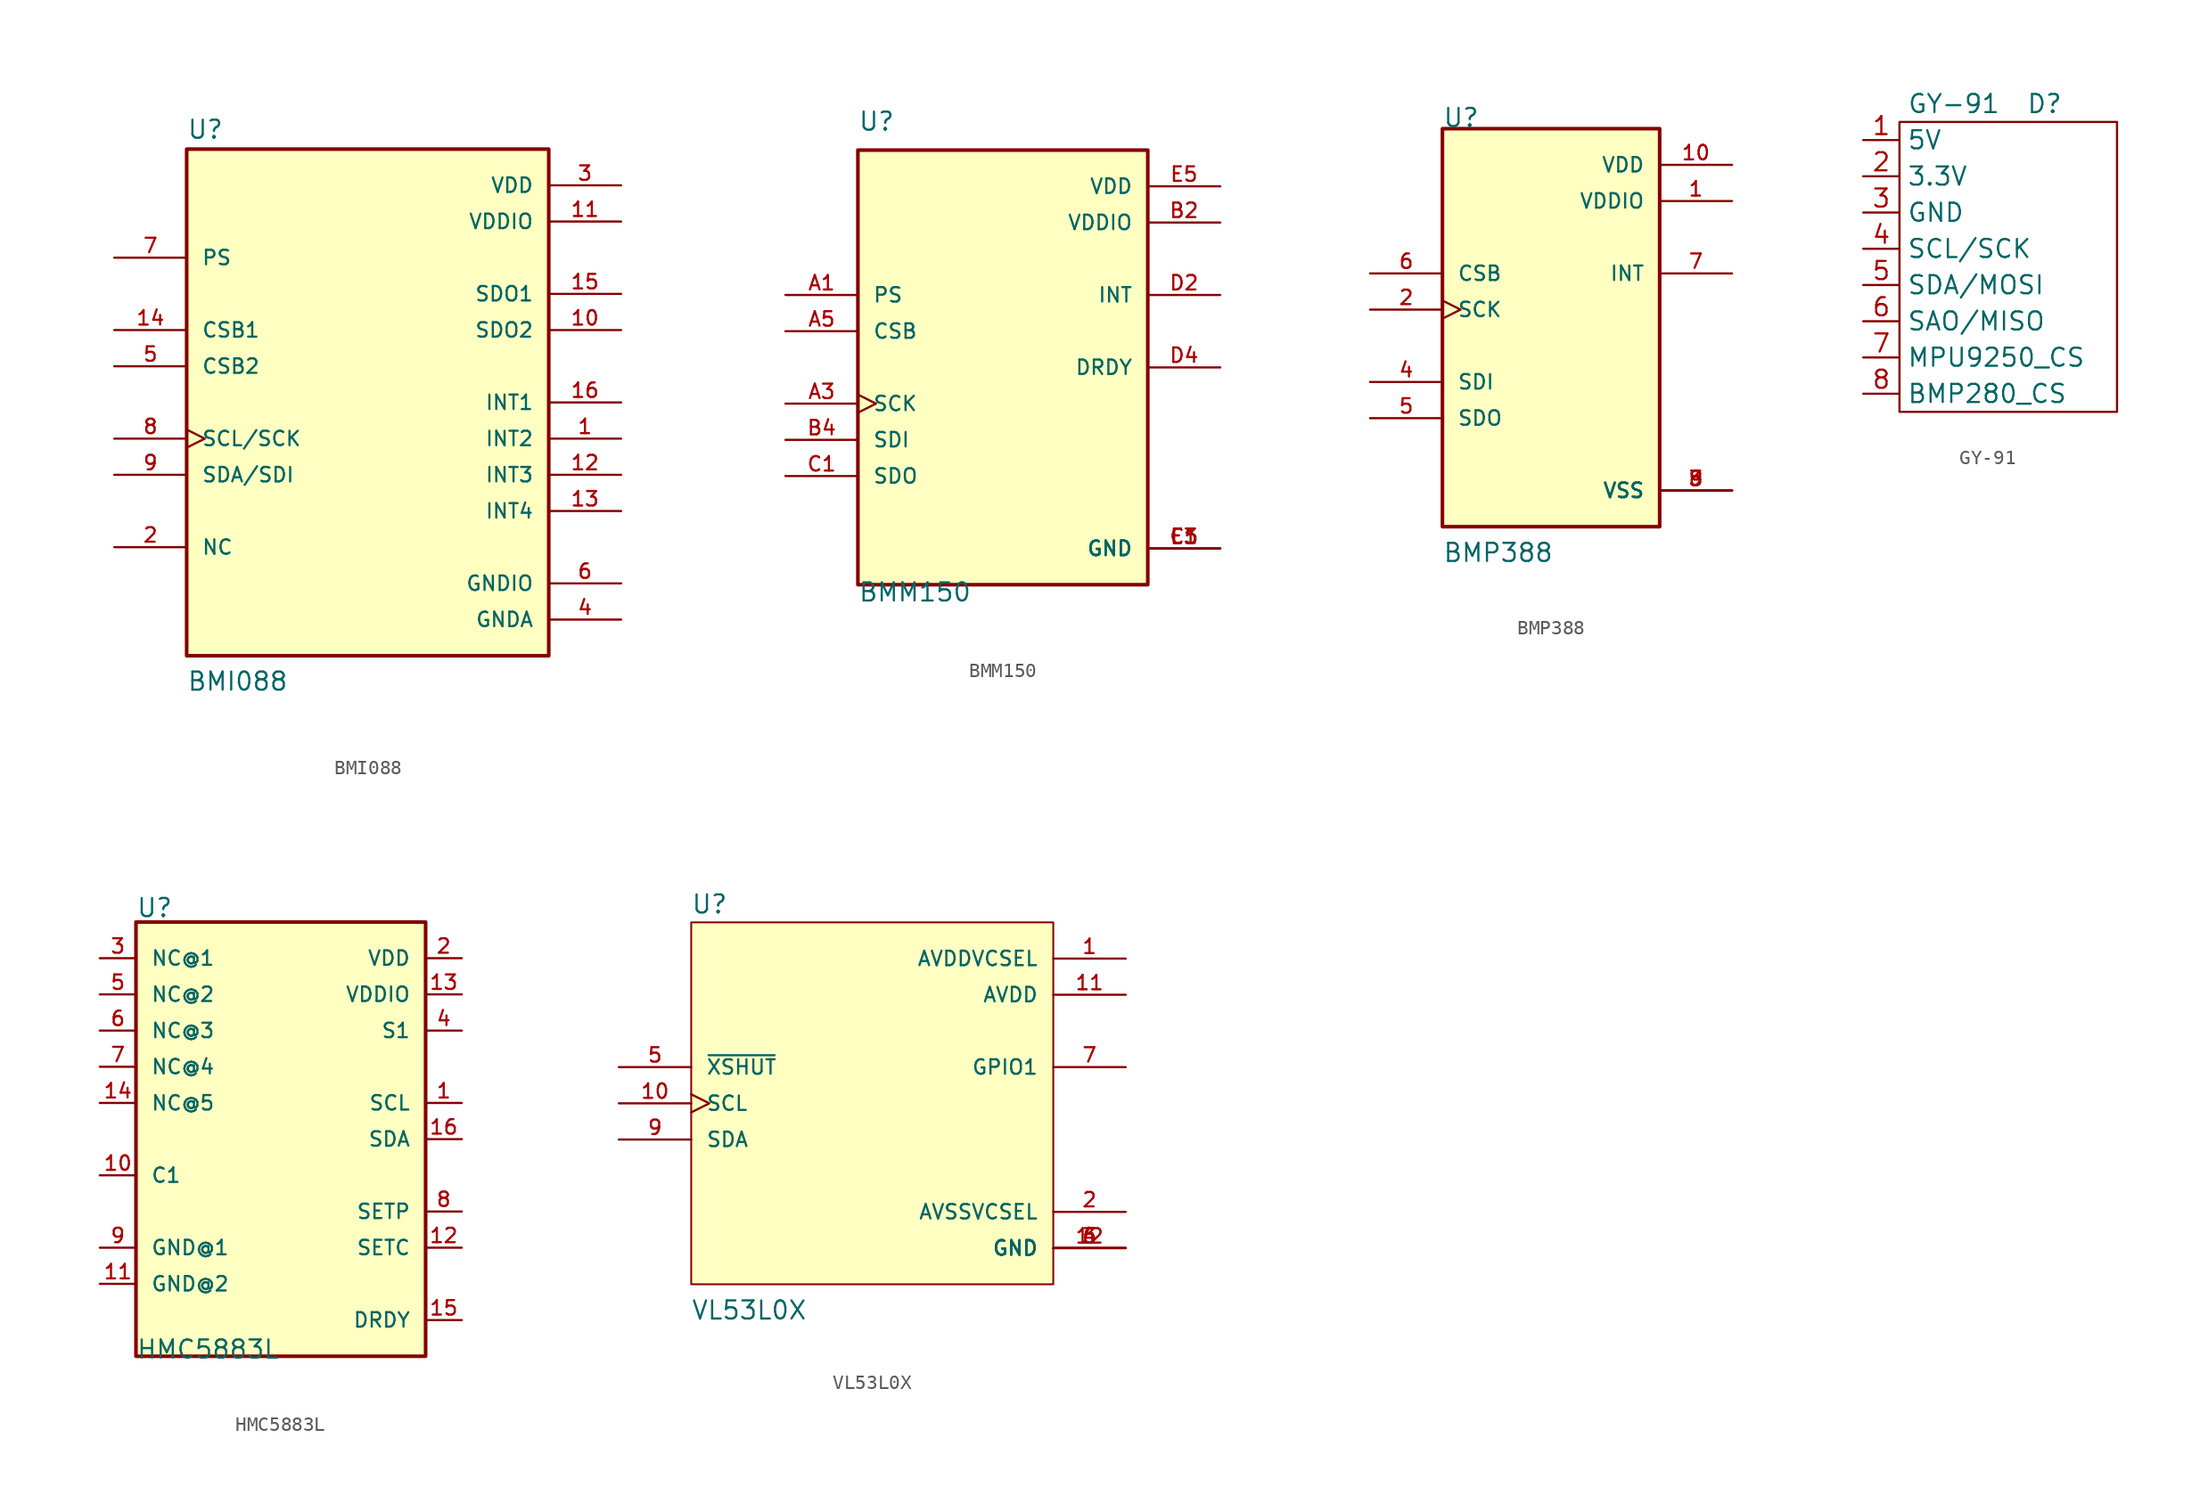
<source format=kicad_sym>
(kicad_symbol_lib
  (version 20211014)
  (generator kicad_symbol_editor)
  (symbol "BMI088"
    (pin_names
      (offset 1.016))
    (property "Reference" "U"
      (at -12.7 18.415 0)
      (effects (font (size 1.27 1.27)) (justify left bottom)))
    (property "Value" "BMI088"
      (at -12.7 -20.32 0)
      (effects (font (size 1.27 1.27)) (justify left bottom)))
    (property "ki_locked" ""
      (at 0 0 0)
      (effects (font (size 1.27 1.27))))
    (symbol "BMI088_0_0"
      (rectangle (start -12.7 -17.78) (end 12.7 17.78) (stroke (width 0.254) (type default) (color 0 0 0 0)) (fill (type background)))
      (pin bidirectional line (at 17.78 -2.54 180) (length 5.08) (name "INT2" (effects (font (size 1.016 1.016)))) (number "1" (effects (font (size 1.016 1.016)))))
      (pin output line (at 17.78 5.08 180) (length 5.08) (name "SDO2" (effects (font (size 1.016 1.016)))) (number "10" (effects (font (size 1.016 1.016)))))
      (pin power_in line (at 17.78 12.7 180) (length 5.08) (name "VDDIO" (effects (font (size 1.016 1.016)))) (number "11" (effects (font (size 1.016 1.016)))))
      (pin bidirectional line (at 17.78 -5.08 180) (length 5.08) (name "INT3" (effects (font (size 1.016 1.016)))) (number "12" (effects (font (size 1.016 1.016)))))
      (pin bidirectional line (at 17.78 -7.62 180) (length 5.08) (name "INT4" (effects (font (size 1.016 1.016)))) (number "13" (effects (font (size 1.016 1.016)))))
      (pin input line (at -17.78 5.08 0) (length 5.08) (name "CSB1" (effects (font (size 1.016 1.016)))) (number "14" (effects (font (size 1.016 1.016)))))
      (pin output line (at 17.78 7.62 180) (length 5.08) (name "SDO1" (effects (font (size 1.016 1.016)))) (number "15" (effects (font (size 1.016 1.016)))))
      (pin bidirectional line (at 17.78 0 180) (length 5.08) (name "INT1" (effects (font (size 1.016 1.016)))) (number "16" (effects (font (size 1.016 1.016)))))
      (pin passive line (at -17.78 -10.16 0) (length 5.08) (name "NC" (effects (font (size 1.016 1.016)))) (number "2" (effects (font (size 1.016 1.016)))))
      (pin power_in line (at 17.78 15.24 180) (length 5.08) (name "VDD" (effects (font (size 1.016 1.016)))) (number "3" (effects (font (size 1.016 1.016)))))
      (pin power_in line (at 17.78 -15.24 180) (length 5.08) (name "GNDA" (effects (font (size 1.016 1.016)))) (number "4" (effects (font (size 1.016 1.016)))))
      (pin input line (at -17.78 2.54 0) (length 5.08) (name "CSB2" (effects (font (size 1.016 1.016)))) (number "5" (effects (font (size 1.016 1.016)))))
      (pin power_in line (at 17.78 -12.7 180) (length 5.08) (name "GNDIO" (effects (font (size 1.016 1.016)))) (number "6" (effects (font (size 1.016 1.016)))))
      (pin input line (at -17.78 10.16 0) (length 5.08) (name "PS" (effects (font (size 1.016 1.016)))) (number "7" (effects (font (size 1.016 1.016)))))
      (pin input clock (at -17.78 -2.54 0) (length 5.08) (name "SCL/SCK" (effects (font (size 1.016 1.016)))) (number "8" (effects (font (size 1.016 1.016)))))
      (pin bidirectional line (at -17.78 -5.08 0) (length 5.08) (name "SDA/SDI" (effects (font (size 1.016 1.016)))) (number "9" (effects (font (size 1.016 1.016)))))))
  (symbol "BMM150"
    (pin_names
      (offset 1.016))
    (property "Reference" "U"
      (at -10.16 16.51 0)
      (effects (font (size 1.27 1.27)) (justify left bottom)))
    (property "Value" "BMM150"
      (at -10.16 -16.51 0)
      (effects (font (size 1.27 1.27)) (justify left bottom)))
    (property "ki_locked" ""
      (at 0 0 0)
      (effects (font (size 1.27 1.27))))
    (symbol "BMM150_0_0"
      (rectangle (start -10.16 -15.24) (end 10.16 15.24) (stroke (width 0.254) (type default) (color 0 0 0 0)) (fill (type background)))
      (pin input line (at -15.24 5.08 0) (length 5.08) (name "PS" (effects (font (size 1.016 1.016)))) (number "A1" (effects (font (size 1.016 1.016)))))
      (pin input clock (at -15.24 -2.54 0) (length 5.08) (name "SCK" (effects (font (size 1.016 1.016)))) (number "A3" (effects (font (size 1.016 1.016)))))
      (pin input line (at -15.24 2.54 0) (length 5.08) (name "CSB" (effects (font (size 1.016 1.016)))) (number "A5" (effects (font (size 1.016 1.016)))))
      (pin power_in line (at 15.24 10.16 180) (length 5.08) (name "VDDIO" (effects (font (size 1.016 1.016)))) (number "B2" (effects (font (size 1.016 1.016)))))
      (pin bidirectional line (at -15.24 -5.08 0) (length 5.08) (name "SDI" (effects (font (size 1.016 1.016)))) (number "B4" (effects (font (size 1.016 1.016)))))
      (pin output line (at -15.24 -7.62 0) (length 5.08) (name "SDO" (effects (font (size 1.016 1.016)))) (number "C1" (effects (font (size 1.016 1.016)))))
      (pin power_in line (at 15.24 -12.7 180) (length 5.08) (name "GND" (effects (font (size 1.016 1.016)))) (number "C5" (effects (font (size 1.016 1.016)))))
      (pin output line (at 15.24 5.08 180) (length 5.08) (name "INT" (effects (font (size 1.016 1.016)))) (number "D2" (effects (font (size 1.016 1.016)))))
      (pin output line (at 15.24 0 180) (length 5.08) (name "DRDY" (effects (font (size 1.016 1.016)))) (number "D4" (effects (font (size 1.016 1.016)))))
      (pin power_in line (at 15.24 -12.7 180) (length 5.08) (name "GND" (effects (font (size 1.016 1.016)))) (number "E1" (effects (font (size 1.016 1.016)))))
      (pin power_in line (at 15.24 -12.7 180) (length 5.08) (name "GND" (effects (font (size 1.016 1.016)))) (number "E3" (effects (font (size 1.016 1.016)))))
      (pin power_in line (at 15.24 12.7 180) (length 5.08) (name "VDD" (effects (font (size 1.016 1.016)))) (number "E5" (effects (font (size 1.016 1.016)))))))
  (symbol "BMP388"
    (pin_names
      (offset 1.016))
    (property "Reference" "U"
      (at -7.62 15.265 0)
      (effects (font (size 1.27 1.27)) (justify left bottom)))
    (property "Value" "BMP388"
      (at -7.62 -15.265 0)
      (effects (font (size 1.27 1.27)) (justify left bottom)))
    (property "ki_locked" ""
      (at 0 0 0)
      (effects (font (size 1.27 1.27))))
    (symbol "BMP388_0_0"
      (rectangle (start -7.62 -12.7) (end 7.62 15.24) (stroke (width 0.254) (type default) (color 0 0 0 0)) (fill (type background)))
      (pin power_in line (at 12.7 10.16 180) (length 5.08) (name "VDDIO" (effects (font (size 1.016 1.016)))) (number "1" (effects (font (size 1.016 1.016)))))
      (pin power_in line (at 12.7 12.7 180) (length 5.08) (name "VDD" (effects (font (size 1.016 1.016)))) (number "10" (effects (font (size 1.016 1.016)))))
      (pin input clock (at -12.7 2.54 0) (length 5.08) (name "SCK" (effects (font (size 1.016 1.016)))) (number "2" (effects (font (size 1.016 1.016)))))
      (pin power_in line (at 12.7 -10.16 180) (length 5.08) (name "VSS" (effects (font (size 1.016 1.016)))) (number "3" (effects (font (size 1.016 1.016)))))
      (pin bidirectional line (at -12.7 -2.54 0) (length 5.08) (name "SDI" (effects (font (size 1.016 1.016)))) (number "4" (effects (font (size 1.016 1.016)))))
      (pin bidirectional line (at -12.7 -5.08 0) (length 5.08) (name "SDO" (effects (font (size 1.016 1.016)))) (number "5" (effects (font (size 1.016 1.016)))))
      (pin input line (at -12.7 5.08 0) (length 5.08) (name "CSB" (effects (font (size 1.016 1.016)))) (number "6" (effects (font (size 1.016 1.016)))))
      (pin output line (at 12.7 5.08 180) (length 5.08) (name "INT" (effects (font (size 1.016 1.016)))) (number "7" (effects (font (size 1.016 1.016)))))
      (pin power_in line (at 12.7 -10.16 180) (length 5.08) (name "VSS" (effects (font (size 1.016 1.016)))) (number "8" (effects (font (size 1.016 1.016)))))
      (pin power_in line (at 12.7 -10.16 180) (length 5.08) (name "VSS" (effects (font (size 1.016 1.016)))) (number "9" (effects (font (size 1.016 1.016)))))))
  (symbol "GY-91"
    (property "Reference" "D"
      (at 10.16 1.27 0)
      (effects (font (size 1.27 1.27))))
    (property "Value" "GY-91"
      (at 3.81 1.27 0)
      (effects (font (size 1.27 1.27))))
    (symbol "GY-91_0_1"
      (rectangle (start 0 0) (end 15.24 -20.32) (stroke (width 0) (type default) (color 0 0 0 0)) (fill (type none))))
    (symbol "GY-91_1_1"
      (pin power_in line (at -2.54 -1.27 0) (length 2.54) (name "5V" (effects (font (size 1.27 1.27)))) (number "1" (effects (font (size 1.27 1.27)))))
      (pin power_in line (at -2.54 -3.81 0) (length 2.54) (name "3.3V" (effects (font (size 1.27 1.27)))) (number "2" (effects (font (size 1.27 1.27)))))
      (pin power_in line (at -2.54 -6.35 0) (length 2.54) (name "GND" (effects (font (size 1.27 1.27)))) (number "3" (effects (font (size 1.27 1.27)))))
      (pin bidirectional line (at -2.54 -8.89 0) (length 2.54) (name "SCL/SCK" (effects (font (size 1.27 1.27)))) (number "4" (effects (font (size 1.27 1.27)))))
      (pin bidirectional line (at -2.54 -11.43 0) (length 2.54) (name "SDA/MOSI" (effects (font (size 1.27 1.27)))) (number "5" (effects (font (size 1.27 1.27)))))
      (pin bidirectional line (at -2.54 -13.97 0) (length 2.54) (name "SAO/MISO" (effects (font (size 1.27 1.27)))) (number "6" (effects (font (size 1.27 1.27)))))
      (pin input line (at -2.54 -16.51 0) (length 2.54) (name "MPU9250_CS" (effects (font (size 1.27 1.27)))) (number "7" (effects (font (size 1.27 1.27)))))
      (pin input line (at -2.54 -19.05 0) (length 2.54) (name "BMP280_CS" (effects (font (size 1.27 1.27)))) (number "8" (effects (font (size 1.27 1.27)))))))
  (symbol "HMC5883L"
    (pin_names
      (offset 1.016))
    (property "Reference" "U"
      (at -10.16 15.494 0)
      (effects (font (size 1.27 1.27)) (justify left bottom)))
    (property "Value" "HMC5883L"
      (at -10.16 -15.494 0)
      (effects (font (size 1.27 1.27)) (justify left bottom)))
    (property "ki_locked" ""
      (at 0 0 0)
      (effects (font (size 1.27 1.27))))
    (symbol "HMC5883L_0_0"
      (rectangle (start -10.16 -15.24) (end 10.16 15.24) (stroke (width 0.254) (type default) (color 0 0 0 0)) (fill (type background)))
      (pin bidirectional line (at 12.7 2.54 180) (length 2.54) (name "SCL" (effects (font (size 1.016 1.016)))) (number "1" (effects (font (size 1.016 1.016)))))
      (pin bidirectional line (at -12.7 -2.54 0) (length 2.54) (name "C1" (effects (font (size 1.016 1.016)))) (number "10" (effects (font (size 1.016 1.016)))))
      (pin bidirectional line (at -12.7 -10.16 0) (length 2.54) (name "GND@2" (effects (font (size 1.016 1.016)))) (number "11" (effects (font (size 1.016 1.016)))))
      (pin bidirectional line (at 12.7 -7.62 180) (length 2.54) (name "SETC" (effects (font (size 1.016 1.016)))) (number "12" (effects (font (size 1.016 1.016)))))
      (pin bidirectional line (at 12.7 10.16 180) (length 2.54) (name "VDDIO" (effects (font (size 1.016 1.016)))) (number "13" (effects (font (size 1.016 1.016)))))
      (pin bidirectional line (at -12.7 2.54 0) (length 2.54) (name "NC@5" (effects (font (size 1.016 1.016)))) (number "14" (effects (font (size 1.016 1.016)))))
      (pin bidirectional line (at 12.7 -12.7 180) (length 2.54) (name "DRDY" (effects (font (size 1.016 1.016)))) (number "15" (effects (font (size 1.016 1.016)))))
      (pin bidirectional line (at 12.7 0 180) (length 2.54) (name "SDA" (effects (font (size 1.016 1.016)))) (number "16" (effects (font (size 1.016 1.016)))))
      (pin bidirectional line (at 12.7 12.7 180) (length 2.54) (name "VDD" (effects (font (size 1.016 1.016)))) (number "2" (effects (font (size 1.016 1.016)))))
      (pin bidirectional line (at -12.7 12.7 0) (length 2.54) (name "NC@1" (effects (font (size 1.016 1.016)))) (number "3" (effects (font (size 1.016 1.016)))))
      (pin bidirectional line (at 12.7 7.62 180) (length 2.54) (name "S1" (effects (font (size 1.016 1.016)))) (number "4" (effects (font (size 1.016 1.016)))))
      (pin bidirectional line (at -12.7 10.16 0) (length 2.54) (name "NC@2" (effects (font (size 1.016 1.016)))) (number "5" (effects (font (size 1.016 1.016)))))
      (pin bidirectional line (at -12.7 7.62 0) (length 2.54) (name "NC@3" (effects (font (size 1.016 1.016)))) (number "6" (effects (font (size 1.016 1.016)))))
      (pin bidirectional line (at -12.7 5.08 0) (length 2.54) (name "NC@4" (effects (font (size 1.016 1.016)))) (number "7" (effects (font (size 1.016 1.016)))))
      (pin bidirectional line (at 12.7 -5.08 180) (length 2.54) (name "SETP" (effects (font (size 1.016 1.016)))) (number "8" (effects (font (size 1.016 1.016)))))
      (pin bidirectional line (at -12.7 -7.62 0) (length 2.54) (name "GND@1" (effects (font (size 1.016 1.016)))) (number "9" (effects (font (size 1.016 1.016)))))))
  (symbol "VL53L0X"
    (pin_names
      (offset 1.016))
    (property "Reference" "U"
      (at -12.725 13.233 0)
      (effects (font (size 1.27 1.27)) (justify left bottom)))
    (property "Value" "VL53L0X"
      (at -12.725 -15.265 0)
      (effects (font (size 1.27 1.27)) (justify left bottom)))
    (property "ki_locked" ""
      (at 0 0 0)
      (effects (font (size 1.27 1.27))))
    (symbol "VL53L0X_0_0"
      (rectangle (start -12.7 -12.7) (end 12.7 12.7) (stroke (width 0.127) (type default) (color 0 0 0 0)) (fill (type background)))
      (pin power_in line (at 17.78 10.16 180) (length 5.08) (name "AVDDVCSEL" (effects (font (size 1.016 1.016)))) (number "1" (effects (font (size 1.016 1.016)))))
      (pin input clock (at -17.78 0 0) (length 5.08) (name "SCL" (effects (font (size 1.016 1.016)))) (number "10" (effects (font (size 1.016 1.016)))))
      (pin power_in line (at 17.78 7.62 180) (length 5.08) (name "AVDD" (effects (font (size 1.016 1.016)))) (number "11" (effects (font (size 1.016 1.016)))))
      (pin power_in line (at 17.78 -10.16 180) (length 5.08) (name "GND" (effects (font (size 1.016 1.016)))) (number "12" (effects (font (size 1.016 1.016)))))
      (pin power_in line (at 17.78 -7.62 180) (length 5.08) (name "AVSSVCSEL" (effects (font (size 1.016 1.016)))) (number "2" (effects (font (size 1.016 1.016)))))
      (pin power_in line (at 17.78 -10.16 180) (length 5.08) (name "GND" (effects (font (size 1.016 1.016)))) (number "3" (effects (font (size 1.016 1.016)))))
      (pin power_in line (at 17.78 -10.16 180) (length 5.08) (name "GND" (effects (font (size 1.016 1.016)))) (number "4" (effects (font (size 1.016 1.016)))))
      (pin input line (at -17.78 2.54 0) (length 5.08) (name "~{XSHUT}" (effects (font (size 1.016 1.016)))) (number "5" (effects (font (size 1.016 1.016)))))
      (pin power_in line (at 17.78 -10.16 180) (length 5.08) (name "GND" (effects (font (size 1.016 1.016)))) (number "6" (effects (font (size 1.016 1.016)))))
      (pin output line (at 17.78 2.54 180) (length 5.08) (name "GPIO1" (effects (font (size 1.016 1.016)))) (number "7" (effects (font (size 1.016 1.016)))))
      (pin bidirectional line (at -17.78 -2.54 0) (length 5.08) (name "SDA" (effects (font (size 1.016 1.016)))) (number "9" (effects (font (size 1.016 1.016))))))))
</source>
